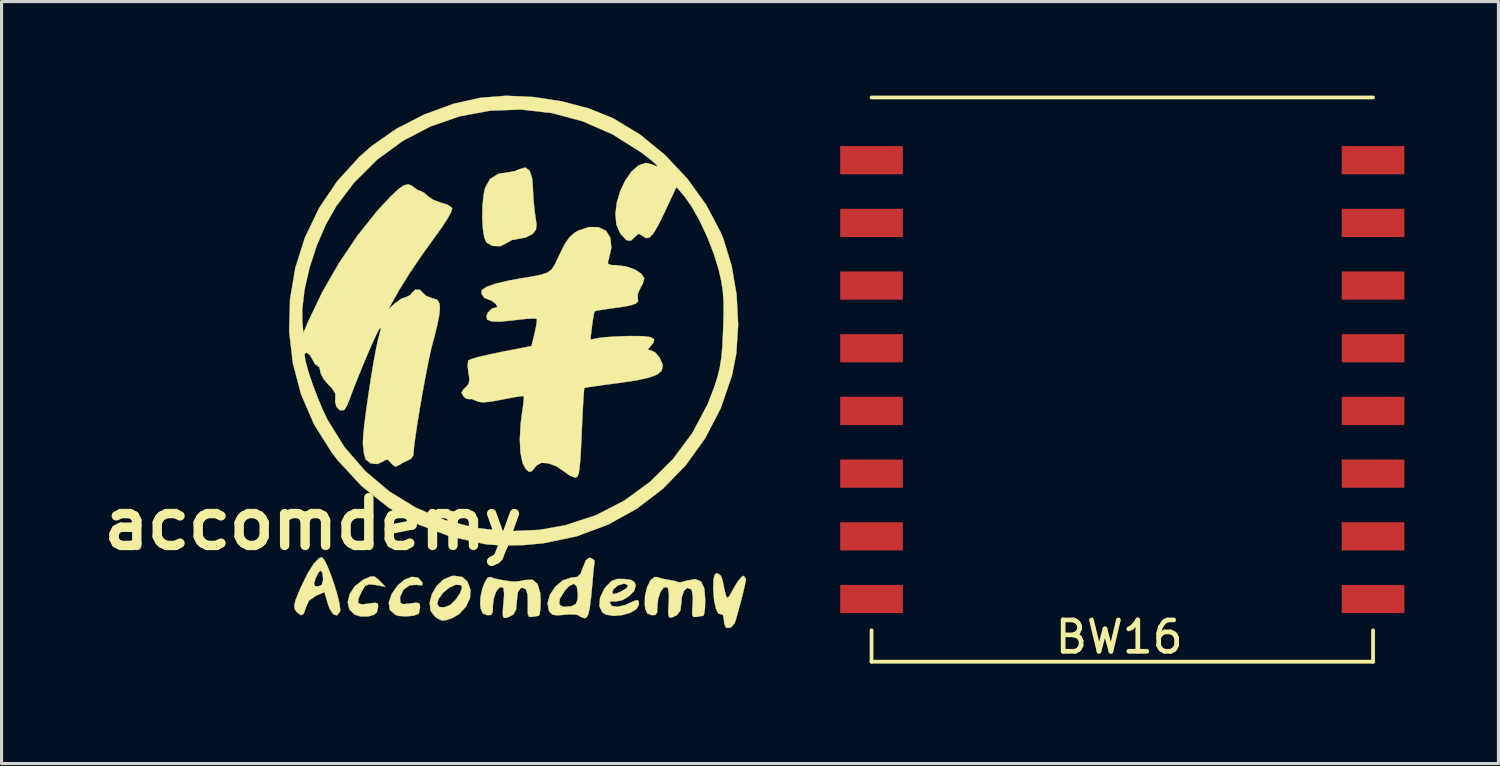
<source format=kicad_pcb>
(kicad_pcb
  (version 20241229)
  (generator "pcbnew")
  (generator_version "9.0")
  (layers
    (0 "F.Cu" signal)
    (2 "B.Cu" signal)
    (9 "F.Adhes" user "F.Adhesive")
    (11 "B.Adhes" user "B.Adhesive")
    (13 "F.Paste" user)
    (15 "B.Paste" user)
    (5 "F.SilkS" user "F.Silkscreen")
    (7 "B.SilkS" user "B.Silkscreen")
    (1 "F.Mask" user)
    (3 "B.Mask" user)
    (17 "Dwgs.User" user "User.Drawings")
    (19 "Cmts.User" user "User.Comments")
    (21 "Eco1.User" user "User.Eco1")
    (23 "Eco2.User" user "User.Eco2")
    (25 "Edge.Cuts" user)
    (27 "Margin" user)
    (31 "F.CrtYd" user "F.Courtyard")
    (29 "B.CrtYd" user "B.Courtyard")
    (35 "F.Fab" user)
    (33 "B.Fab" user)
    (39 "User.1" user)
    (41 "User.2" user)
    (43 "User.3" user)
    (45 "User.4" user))
  (footprint "accomdemy"
    (layer "F.Cu")
    (at 13.438 8.461)
    (property "Reference" "accomdemy" (at -6.5 5.2 0) (layer "F.SilkS") (effects (font (size 1.524 1.524) (thickness 0.3))))
    (attr through_hole)
    (fp_poly (pts (xy 0.409 -6.066) (xy 0.491 -5.812) (xy 0.513 -5.514) (xy 0.531 -5.146) (xy 0.569 -4.764) (xy 0.592 -4.614) (xy 0.628 -4.352) (xy 0.612 -4.194) (xy 0.535 -4.082) (xy 0.493 -4.043) (xy 0.278 -3.932) (xy 0.069 -3.895) (xy -0.157 -3.853) (xy -0.308 -3.768) (xy -0.526 -3.656) (xy -0.78 -3.666) (xy -0.968 -3.774) (xy -1.037 -3.931) (xy -1.083 -4.208) (xy -1.103 -4.559) (xy -1.096 -4.934) (xy -1.061 -5.287) (xy -1.015 -5.511) (xy -0.857 -5.799) (xy -0.584 -5.968) (xy -0.291 -6.011) (xy -0.057 -6.053) (xy 0.079 -6.112) (xy 0.27 -6.167) (xy 0.409 -6.066)) (stroke (width 0.01) (type solid)) (fill yes) (layer "F.SilkS"))
    (fp_poly (pts (xy -4.423 6.972) (xy -4.379 7.017) (xy -4.191 7.209) (xy -4.502 7.152) (xy -4.716 7.129) (xy -4.839 7.183) (xy -4.943 7.348) (xy -4.947 7.354) (xy -5.058 7.6) (xy -5.061 7.731) (xy -4.944 7.77) (xy -4.741 7.747) (xy -4.526 7.719) (xy -4.435 7.743) (xy -4.424 7.836) (xy -4.428 7.864) (xy -4.464 8.02) (xy -4.548 8.098) (xy -4.738 8.154) (xy -4.743 8.155) (xy -4.982 8.156) (xy -5.166 8.101) (xy -5.341 7.936) (xy -5.394 7.704) (xy -5.334 7.444) (xy -5.171 7.194) (xy -4.916 6.993) (xy -4.862 6.965) (xy -4.664 6.88) (xy -4.543 6.88) (xy -4.423 6.972)) (stroke (width 0.01) (type solid)) (fill yes) (layer "F.SilkS"))
    (fp_poly (pts (xy -3.153 6.915) (xy -3.02 7.063) (xy -3.016 7.074) (xy -3.015 7.158) (xy -3.133 7.157) (xy -3.181 7.145) (xy -3.421 7.161) (xy -3.619 7.304) (xy -3.721 7.53) (xy -3.725 7.592) (xy -3.71 7.718) (xy -3.631 7.763) (xy -3.442 7.746) (xy -3.4 7.739) (xy -3.19 7.716) (xy -3.101 7.747) (xy -3.087 7.852) (xy -3.088 7.864) (xy -3.114 8.021) (xy -3.138 8.072) (xy -3.292 8.13) (xy -3.528 8.153) (xy -3.762 8.139) (xy -3.866 8.109) (xy -4.051 7.949) (xy -4.086 7.711) (xy -3.992 7.439) (xy -3.803 7.166) (xy -3.578 6.979) (xy -3.35 6.891) (xy -3.153 6.915)) (stroke (width 0.01) (type solid)) (fill yes) (layer "F.SilkS"))
    (fp_poly (pts (xy -1.734 6.899) (xy -1.575 7.045) (xy -1.479 7.305) (xy -1.492 7.563) (xy -1.622 7.838) (xy -1.833 8.075) (xy -2.066 8.211) (xy -2.275 8.279) (xy -2.404 8.283) (xy -2.532 8.217) (xy -2.606 8.166) (xy -2.752 7.974) (xy -2.777 7.758) (xy -2.54 7.758) (xy -2.475 7.852) (xy -2.322 7.866) (xy -2.142 7.797) (xy -2.101 7.768) (xy -1.934 7.599) (xy -1.808 7.406) (xy -1.749 7.24) (xy -1.774 7.157) (xy -1.943 7.141) (xy -2.151 7.233) (xy -2.351 7.397) (xy -2.496 7.595) (xy -2.54 7.758) (xy -2.777 7.758) (xy -2.781 7.72) (xy -2.71 7.444) (xy -2.559 7.184) (xy -2.345 6.979) (xy -2.087 6.868) (xy -1.985 6.858) (xy -1.734 6.899)) (stroke (width 0.01) (type solid)) (fill yes) (layer "F.SilkS"))
    (fp_poly (pts (xy 6.5 6.846) (xy 6.56 6.985) (xy 6.63 7.325) (xy 6.679 7.514) (xy 6.725 7.565) (xy 6.789 7.492) (xy 6.89 7.307) (xy 6.928 7.237) (xy 7.064 7.016) (xy 7.182 6.881) (xy 7.239 6.859) (xy 7.311 6.961) (xy 7.311 6.985) (xy 7.275 7.16) (xy 7.211 7.428) (xy 7.132 7.737) (xy 7.052 8.034) (xy 6.985 8.266) (xy 6.947 8.377) (xy 6.828 8.512) (xy 6.695 8.521) (xy 6.662 8.497) (xy 6.617 8.374) (xy 6.604 8.236) (xy 6.575 8.101) (xy 6.519 8.086) (xy 6.429 8.064) (xy 6.351 7.905) (xy 6.293 7.641) (xy 6.266 7.307) (xy 6.265 7.233) (xy 6.277 6.954) (xy 6.319 6.811) (xy 6.391 6.773) (xy 6.5 6.846)) (stroke (width 0.01) (type solid)) (fill yes) (layer "F.SilkS"))
    (fp_poly (pts (xy -6.147 6.341) (xy -6.047 6.54) (xy -5.934 6.82) (xy -5.822 7.143) (xy -5.726 7.464) (xy -5.658 7.745) (xy -5.633 7.943) (xy -5.641 7.998) (xy -5.735 8.121) (xy -5.85 8.092) (xy -5.965 7.923) (xy -6.028 7.753) (xy -6.138 7.377) (xy -6.405 7.491) (xy -6.633 7.652) (xy -6.729 7.866) (xy -6.796 8.07) (xy -6.884 8.117) (xy -7.01 8.026) (xy -7.084 7.928) (xy -7.101 7.806) (xy -7.055 7.623) (xy -6.94 7.339) (xy -6.894 7.232) (xy -6.838 7.118) (xy -6.471 7.118) (xy -6.437 7.187) (xy -6.346 7.197) (xy -6.224 7.155) (xy -6.182 7.001) (xy -6.181 6.943) (xy -6.203 6.764) (xy -6.256 6.689) (xy -6.257 6.689) (xy -6.335 6.76) (xy -6.418 6.932) (xy -6.422 6.943) (xy -6.471 7.118) (xy -6.838 7.118) (xy -6.677 6.787) (xy -6.478 6.471) (xy -6.308 6.296) (xy -6.221 6.265) (xy -6.147 6.341)) (stroke (width 0.01) (type solid)) (fill yes) (layer "F.SilkS"))
    (fp_poly (pts (xy 3.419 6.96) (xy 3.65 6.993) (xy 3.761 7.067) (xy 3.794 7.173) (xy 3.743 7.341) (xy 3.583 7.508) (xy 3.37 7.634) (xy 3.16 7.679) (xy 3.111 7.672) (xy 2.988 7.678) (xy 2.963 7.715) (xy 3.032 7.821) (xy 3.208 7.848) (xy 3.446 7.792) (xy 3.524 7.759) (xy 3.746 7.658) (xy 3.855 7.632) (xy 3.891 7.685) (xy 3.895 7.776) (xy 3.819 7.92) (xy 3.626 8.035) (xy 3.366 8.111) (xy 3.091 8.136) (xy 2.851 8.099) (xy 2.726 8.026) (xy 2.633 7.823) (xy 2.656 7.556) (xy 2.738 7.383) (xy 3.048 7.383) (xy 3.068 7.441) (xy 3.155 7.43) (xy 3.34 7.352) (xy 3.511 7.245) (xy 3.546 7.157) (xy 3.437 7.113) (xy 3.404 7.112) (xy 3.222 7.166) (xy 3.082 7.29) (xy 3.048 7.383) (xy 2.738 7.383) (xy 2.788 7.277) (xy 2.847 7.199) (xy 3.021 7.025) (xy 3.197 6.958) (xy 3.419 6.96)) (stroke (width 0.01) (type solid)) (fill yes) (layer "F.SilkS"))
    (fp_poly (pts (xy 2.354 6.286) (xy 2.468 6.356) (xy 2.48 6.408) (xy 2.464 6.534) (xy 2.44 6.776) (xy 2.412 7.081) (xy 2.368 7.549) (xy 2.327 7.872) (xy 2.283 8.074) (xy 2.232 8.18) (xy 2.167 8.212) (xy 2.16 8.213) (xy 2.02 8.162) (xy 1.992 8.132) (xy 1.886 8.095) (xy 1.672 8.089) (xy 1.53 8.101) (xy 1.274 8.121) (xy 1.13 8.094) (xy 1.043 8.007) (xy 1.023 7.971) (xy 0.986 7.766) (xy 1.352 7.766) (xy 1.469 7.85) (xy 1.717 7.831) (xy 1.757 7.821) (xy 1.885 7.754) (xy 1.939 7.611) (xy 1.947 7.441) (xy 1.914 7.199) (xy 1.819 7.114) (xy 1.668 7.186) (xy 1.53 7.335) (xy 1.371 7.591) (xy 1.352 7.766) (xy 0.986 7.766) (xy 0.98 7.729) (xy 1.059 7.458) (xy 1.231 7.203) (xy 1.463 7.008) (xy 1.725 6.917) (xy 1.77 6.914) (xy 1.936 6.891) (xy 2.037 6.789) (xy 2.112 6.585) (xy 2.204 6.362) (xy 2.308 6.283) (xy 2.354 6.286)) (stroke (width 0.01) (type solid)) (fill yes) (layer "F.SilkS"))
    (fp_poly (pts (xy -0.718 6.942) (xy -0.483 6.992) (xy -0.223 7.032) (xy -0.085 7.045) (xy 0.091 7.029) (xy 0.263 6.992) (xy 0.503 6.985) (xy 0.663 7.123) (xy 0.747 7.409) (xy 0.762 7.668) (xy 0.751 7.923) (xy 0.724 8.093) (xy 0.699 8.134) (xy 0.568 8.154) (xy 0.483 8.17) (xy 0.391 8.165) (xy 0.351 8.077) (xy 0.346 7.869) (xy 0.349 7.798) (xy 0.344 7.464) (xy 0.286 7.281) (xy 0.171 7.239) (xy 0.124 7.252) (xy 0.032 7.377) (xy 0.000015 7.66) (xy 0 7.668) (xy -0.023 7.934) (xy -0.103 8.082) (xy -0.164 8.125) (xy -0.321 8.2) (xy -0.401 8.2) (xy -0.436 8.171) (xy -0.45 8.071) (xy -0.44 7.859) (xy -0.423 7.702) (xy -0.405 7.431) (xy -0.427 7.257) (xy -0.451 7.222) (xy -0.563 7.232) (xy -0.666 7.37) (xy -0.74 7.592) (xy -0.762 7.811) (xy -0.773 8.023) (xy -0.826 8.109) (xy -0.947 8.113) (xy -0.953 8.113) (xy -1.087 8.057) (xy -1.152 7.908) (xy -1.169 7.776) (xy -1.159 7.544) (xy -1.106 7.292) (xy -1.026 7.069) (xy -0.936 6.922) (xy -0.855 6.895) (xy -0.718 6.942)) (stroke (width 0.01) (type solid)) (fill yes) (layer "F.SilkS"))
    (fp_poly (pts (xy 4.466 6.898) (xy 4.661 6.954) (xy 4.859 6.99) (xy 5.047 7.025) (xy 5.141 7.06) (xy 5.239 7.062) (xy 5.42 7.014) (xy 5.693 6.963) (xy 5.876 7.04) (xy 5.979 7.255) (xy 6.011 7.618) (xy 6.011 7.623) (xy 6.002 7.891) (xy 5.976 8.077) (xy 5.948 8.134) (xy 5.818 8.154) (xy 5.726 8.171) (xy 5.633 8.17) (xy 5.594 8.096) (xy 5.597 7.91) (xy 5.607 7.787) (xy 5.614 7.529) (xy 5.586 7.338) (xy 5.56 7.287) (xy 5.438 7.244) (xy 5.331 7.34) (xy 5.263 7.543) (xy 5.249 7.712) (xy 5.217 7.97) (xy 5.107 8.112) (xy 5.086 8.125) (xy 4.933 8.194) (xy 4.852 8.175) (xy 4.827 8.042) (xy 4.842 7.769) (xy 4.844 7.743) (xy 4.852 7.472) (xy 4.829 7.28) (xy 4.799 7.222) (xy 4.687 7.232) (xy 4.583 7.37) (xy 4.509 7.592) (xy 4.487 7.811) (xy 4.476 8.023) (xy 4.423 8.109) (xy 4.302 8.113) (xy 4.297 8.113) (xy 4.162 8.057) (xy 4.097 7.908) (xy 4.081 7.776) (xy 4.091 7.486) (xy 4.158 7.215) (xy 4.264 7.005) (xy 4.389 6.897) (xy 4.466 6.898)) (stroke (width 0.01) (type solid)) (fill yes) (layer "F.SilkS"))
    (fp_poly (pts (xy 2.606 -4.263) (xy 2.846 -4.147) (xy 2.98 -3.934) (xy 3.016 -3.607) (xy 2.935 -3.245) (xy 2.912 -3.183) (xy 2.91 -3.095) (xy 3.013 -3.056) (xy 3.201 -3.048) (xy 3.493 -3.01) (xy 3.766 -2.913) (xy 3.972 -2.78) (xy 4.063 -2.636) (xy 4.063 -2.622) (xy 4.018 -2.457) (xy 3.937 -2.312) (xy 3.857 -2.13) (xy 3.858 -2.005) (xy 3.87 -1.901) (xy 3.796 -1.824) (xy 3.611 -1.764) (xy 3.292 -1.709) (xy 3.113 -1.685) (xy 2.814 -1.644) (xy 2.589 -1.607) (xy 2.484 -1.58) (xy 2.482 -1.578) (xy 2.455 -1.483) (xy 2.42 -1.275) (xy 2.399 -1.112) (xy 2.347 -0.677) (xy 2.598 -0.727) (xy 2.797 -0.752) (xy 3.109 -0.773) (xy 3.476 -0.788) (xy 3.596 -0.791) (xy 4.009 -0.787) (xy 4.266 -0.756) (xy 4.381 -0.69) (xy 4.364 -0.584) (xy 4.273 -0.475) (xy 4.185 -0.372) (xy 4.224 -0.34) (xy 4.265 -0.339) (xy 4.414 -0.268) (xy 4.557 -0.097) (xy 4.647 0.107) (xy 4.657 0.186) (xy 4.613 0.325) (xy 4.471 0.44) (xy 4.212 0.537) (xy 3.82 0.623) (xy 3.277 0.704) (xy 3.226 0.711) (xy 2.825 0.763) (xy 2.491 0.81) (xy 2.257 0.846) (xy 2.155 0.866) (xy 2.153 0.867) (xy 2.142 0.955) (xy 2.126 1.183) (xy 2.106 1.525) (xy 2.085 1.951) (xy 2.069 2.307) (xy 2.045 2.832) (xy 2.022 3.21) (xy 1.997 3.465) (xy 1.967 3.62) (xy 1.928 3.699) (xy 1.877 3.725) (xy 1.863 3.725) (xy 1.705 3.671) (xy 1.516 3.538) (xy 1.503 3.526) (xy 1.263 3.366) (xy 1.006 3.27) (xy 0.787 3.253) (xy 0.643 3.329) (xy 0.577 3.406) (xy 0.464 3.535) (xy 0.377 3.534) (xy 0.285 3.453) (xy 0.18 3.252) (xy 0.115 2.923) (xy 0.095 2.5) (xy 0.121 2.019) (xy 0.157 1.734) (xy 0.199 1.442) (xy 0.222 1.224) (xy 0.223 1.126) (xy 0.222 1.125) (xy 0.133 1.129) (xy -0.08 1.162) (xy -0.377 1.218) (xy -0.469 1.237) (xy -0.839 1.304) (xy -1.084 1.326) (xy -1.24 1.302) (xy -1.29 1.277) (xy -1.445 1.217) (xy -1.518 1.224) (xy -1.622 1.204) (xy -1.702 1.132) (xy -1.765 1.014) (xy -1.7 0.906) (xy -1.644 0.858) (xy -1.537 0.738) (xy -1.512 0.584) (xy -1.543 0.387) (xy -1.57 0.156) (xy -1.551 0.000164) (xy -1.538 -0.02) (xy -1.429 -0.065) (xy -1.19 -0.131) (xy -0.857 -0.209) (xy -0.499 -0.283) (xy 0.466 -0.472) (xy 0.569 -0.888) (xy 0.621 -1.133) (xy 0.639 -1.302) (xy 0.632 -1.344) (xy 0.535 -1.352) (xy 0.312 -1.339) (xy 0.006 -1.307) (xy -0.107 -1.292) (xy -0.532 -1.249) (xy -0.808 -1.256) (xy -0.949 -1.317) (xy -0.967 -1.435) (xy -0.927 -1.533) (xy -0.8 -1.663) (xy -0.706 -1.693) (xy -0.619 -1.716) (xy -0.668 -1.809) (xy -0.677 -1.82) (xy -0.816 -1.928) (xy -0.889 -1.947) (xy -1.035 -2.007) (xy -1.126 -2.137) (xy -1.117 -2.255) (xy -0.971 -2.357) (xy -0.672 -2.462) (xy -0.237 -2.565) (xy 0.085 -2.623) (xy 0.504 -2.693) (xy 0.791 -2.751) (xy 0.981 -2.818) (xy 1.108 -2.914) (xy 1.207 -3.061) (xy 1.312 -3.28) (xy 1.366 -3.399) (xy 1.534 -3.733) (xy 1.685 -3.95) (xy 1.853 -4.094) (xy 1.958 -4.154) (xy 2.298 -4.268) (xy 2.606 -4.263)) (stroke (width 0.01) (type solid)) (fill yes) (layer "F.SilkS"))
    (fp_poly (pts (xy 0.538 -8.416) (xy 1.436 -8.278) (xy 2.292 -8.053) (xy 3.051 -7.747) (xy 3.074 -7.736) (xy 3.928 -7.22) (xy 4.725 -6.569) (xy 5.438 -5.812) (xy 6.04 -4.978) (xy 6.506 -4.095) (xy 6.589 -3.895) (xy 6.853 -3.034) (xy 7.012 -2.103) (xy 7.062 -1.152) (xy 7.001 -0.231) (xy 6.865 0.466) (xy 6.505 1.514) (xy 6.007 2.474) (xy 5.386 3.336) (xy 4.652 4.089) (xy 3.818 4.724) (xy 2.896 5.232) (xy 1.899 5.601) (xy 0.838 5.822) (xy 0.223 5.878) (xy -0.191 5.887) (xy -0.606 5.88) (xy -0.946 5.856) (xy -1.016 5.847) (xy -2.127 5.604) (xy -3.156 5.213) (xy -4.099 4.676) (xy -4.952 3.996) (xy -5.714 3.174) (xy -5.908 2.921) (xy -6.471 2.023) (xy -6.883 1.069) (xy -7.146 0.076) (xy -7.263 -0.938) (xy -7.245 -1.629) (xy -6.847 -1.629) (xy -6.841 -1.228) (xy -6.811 -0.889) (xy -6.649 -1.27) (xy -6.207 -2.193) (xy -5.674 -3.118) (xy -5.084 -3.993) (xy -4.471 -4.762) (xy -4.356 -4.891) (xy -4.028 -5.24) (xy -3.786 -5.471) (xy -3.607 -5.598) (xy -3.471 -5.632) (xy -3.356 -5.59) (xy -3.309 -5.552) (xy -3.16 -5.447) (xy -3.076 -5.419) (xy -2.958 -5.362) (xy -2.844 -5.258) (xy -2.66 -5.131) (xy -2.415 -5.044) (xy -2.403 -5.041) (xy -2.193 -4.973) (xy -2.068 -4.879) (xy -2.062 -4.866) (xy -2.092 -4.753) (xy -2.211 -4.536) (xy -2.401 -4.244) (xy -2.606 -3.961) (xy -3.02 -3.387) (xy -3.411 -2.809) (xy -3.746 -2.272) (xy -3.977 -1.863) (xy -4.087 -1.651) (xy -3.88 -1.841) (xy -3.697 -1.974) (xy -3.543 -2.032) (xy -3.538 -2.032) (xy -3.394 -2.101) (xy -3.356 -2.159) (xy -3.245 -2.269) (xy -3.096 -2.268) (xy -2.998 -2.169) (xy -2.889 -2.069) (xy -2.704 -2.001) (xy -2.535 -1.945) (xy -2.466 -1.829) (xy -2.455 -1.654) (xy -2.479 -1.438) (xy -2.543 -1.117) (xy -2.635 -0.75) (xy -2.673 -0.615) (xy -2.741 -0.345) (xy -2.824 0.041) (xy -2.915 0.509) (xy -3.009 1.023) (xy -3.1 1.547) (xy -3.18 2.045) (xy -3.245 2.481) (xy -3.287 2.82) (xy -3.302 3.017) (xy -3.371 3.121) (xy -3.45 3.163) (xy -3.646 3.256) (xy -3.744 3.319) (xy -3.873 3.376) (xy -3.981 3.3) (xy -4.014 3.258) (xy -4.126 3.148) (xy -4.225 3.178) (xy -4.245 3.196) (xy -4.439 3.292) (xy -4.655 3.275) (xy -4.815 3.152) (xy -4.823 3.138) (xy -4.876 2.957) (xy -4.907 2.689) (xy -4.91 2.567) (xy -4.896 2.331) (xy -4.856 1.968) (xy -4.798 1.517) (xy -4.726 1.018) (xy -4.648 0.51) (xy -4.568 0.032) (xy -4.493 -0.376) (xy -4.429 -0.674) (xy -4.407 -0.756) (xy -4.346 -0.989) (xy -4.343 -1.068) (xy -4.398 -1) (xy -4.505 -0.788) (xy -4.663 -0.438) (xy -4.804 -0.11) (xy -4.975 0.301) (xy -5.13 0.686) (xy -5.253 1.001) (xy -5.327 1.204) (xy -5.328 1.205) (xy -5.414 1.421) (xy -5.497 1.558) (xy -5.513 1.572) (xy -5.646 1.578) (xy -5.755 1.468) (xy -5.799 1.294) (xy -5.79 1.218) (xy -5.79 1.046) (xy -5.903 0.87) (xy -6.002 0.771) (xy -6.168 0.576) (xy -6.259 0.391) (xy -6.265 0.347) (xy -6.3 0.205) (xy -6.352 0.169) (xy -6.443 0.099) (xy -6.519 -0.042) (xy -6.607 -0.189) (xy -6.705 -0.259) (xy -6.768 -0.227) (xy -6.773 -0.189) (xy -6.74 0.022) (xy -6.651 0.343) (xy -6.52 0.734) (xy -6.363 1.152) (xy -6.195 1.554) (xy -6.041 1.878) (xy -5.498 2.753) (xy -4.836 3.517) (xy -4.072 4.164) (xy -3.221 4.686) (xy -2.3 5.078) (xy -1.324 5.33) (xy -0.309 5.438) (xy 0.729 5.392) (xy 1.553 5.244) (xy 2.527 4.924) (xy 3.433 4.457) (xy 4.257 3.855) (xy 4.983 3.134) (xy 5.598 2.305) (xy 6.087 1.383) (xy 6.288 0.866) (xy 6.398 0.525) (xy 6.474 0.22) (xy 6.525 -0.099) (xy 6.558 -0.483) (xy 6.582 -0.982) (xy 6.583 -1.02) (xy 6.597 -1.531) (xy 6.594 -1.923) (xy 6.57 -2.245) (xy 6.522 -2.549) (xy 6.446 -2.883) (xy 6.446 -2.883) (xy 6.288 -3.403) (xy 6.074 -3.951) (xy 5.827 -4.478) (xy 5.571 -4.934) (xy 5.345 -5.249) (xy 5.093 -5.546) (xy 4.705 -4.72) (xy 4.509 -4.321) (xy 4.357 -4.065) (xy 4.233 -3.934) (xy 4.121 -3.913) (xy 4.005 -3.987) (xy 3.991 -4) (xy 3.885 -4.056) (xy 3.781 -3.967) (xy 3.774 -3.958) (xy 3.637 -3.831) (xy 3.501 -3.848) (xy 3.338 -4.016) (xy 3.297 -4.071) (xy 3.175 -4.35) (xy 3.145 -4.687) (xy 3.191 -5.054) (xy 3.302 -5.421) (xy 3.462 -5.759) (xy 3.66 -6.04) (xy 3.882 -6.235) (xy 4.114 -6.314) (xy 4.31 -6.269) (xy 4.46 -6.201) (xy 4.479 -6.223) (xy 4.377 -6.326) (xy 4.162 -6.502) (xy 3.958 -6.656) (xy 3.05 -7.227) (xy 2.099 -7.642) (xy 1.121 -7.904) (xy 0.13 -8.016) (xy -0.856 -7.98) (xy -1.824 -7.8) (xy -2.757 -7.477) (xy -3.64 -7.015) (xy -4.457 -6.417) (xy -5.194 -5.684) (xy -5.76 -4.935) (xy -6.095 -4.344) (xy -6.384 -3.673) (xy -6.614 -2.967) (xy -6.773 -2.271) (xy -6.847 -1.629) (xy -7.245 -1.629) (xy -7.236 -1.956) (xy -7.068 -2.961) (xy -6.759 -3.936) (xy -6.313 -4.865) (xy -5.732 -5.729) (xy -5.018 -6.513) (xy -4.641 -6.845) (xy -3.852 -7.397) (xy -2.96 -7.856) (xy -2.016 -8.2) (xy -1.168 -8.391) (xy -0.348 -8.456) (xy 0.538 -8.416)) (stroke (width 0.01) (type solid)) (fill yes) (layer "F.SilkS")))
  (footprint "BW16"
    (layer "F.Cu")
    (at 24.754 18.06)
    (property "Reference" "BW16" (at 7.899 -0.787 0) (layer "F.SilkS") (effects (font (size 1 1) (thickness 0.15))))
    (attr through_hole)
    (fp_line (start 0 -18) (end 16 -18) (stroke (width 0.12) (type solid)) (layer "F.SilkS"))
    (fp_line (start 0 0) (end 0 -1) (stroke (width 0.12) (type solid)) (layer "F.SilkS"))
    (fp_line (start 16 0) (end 0 0) (stroke (width 0.12) (type solid)) (layer "F.SilkS"))
    (fp_line (start 16 0) (end 16 -1) (stroke (width 0.12) (type solid)) (layer "F.SilkS"))
    (pad "1" smd rect (at 0 -16) (size 2 0.9) (layers "F.Cu" "F.Mask" "F.Paste"))
    (pad "2" smd rect (at 0 -14) (size 2 0.9) (layers "F.Cu" "F.Mask" "F.Paste"))
    (pad "3" smd rect (at 0 -12) (size 2 0.9) (layers "F.Cu" "F.Mask" "F.Paste"))
    (pad "4" smd rect (at 0 -10) (size 2 0.9) (layers "F.Cu" "F.Mask" "F.Paste"))
    (pad "5" smd rect (at 0 -8) (size 2 0.9) (layers "F.Cu" "F.Mask" "F.Paste"))
    (pad "6" smd rect (at 0 -6) (size 2 0.9) (layers "F.Cu" "F.Mask" "F.Paste"))
    (pad "7" smd rect (at 0 -4) (size 2 0.9) (layers "F.Cu" "F.Mask" "F.Paste"))
    (pad "8" smd rect (at 0 -2) (size 2 0.9) (layers "F.Cu" "F.Mask" "F.Paste"))
    (pad "9" smd rect (at 16 -2) (size 2 0.9) (layers "F.Cu" "F.Mask" "F.Paste"))
    (pad "10" smd rect (at 16 -4) (size 2 0.9) (layers "F.Cu" "F.Mask" "F.Paste"))
    (pad "11" smd rect (at 16 -6) (size 2 0.9) (layers "F.Cu" "F.Mask" "F.Paste"))
    (pad "12" smd rect (at 16 -8) (size 2 0.9) (layers "F.Cu" "F.Mask" "F.Paste"))
    (pad "13" smd rect (at 16 -10) (size 2 0.9) (layers "F.Cu" "F.Mask" "F.Paste"))
    (pad "14" smd rect (at 16 -12) (size 2 0.9) (layers "F.Cu" "F.Mask" "F.Paste"))
    (pad "15" smd rect (at 16 -14) (size 2 0.9) (layers "F.Cu" "F.Mask" "F.Paste"))
    (pad "16" smd rect (at 16 -16) (size 2 0.9) (layers "F.Cu" "F.Mask" "F.Paste")))
  (gr_rect
    (start -3 -3)
    (end 44.754 21.31)
    (stroke (width 0.1) (type default))
    (fill no)
    (layer "Edge.Cuts")))
</source>
